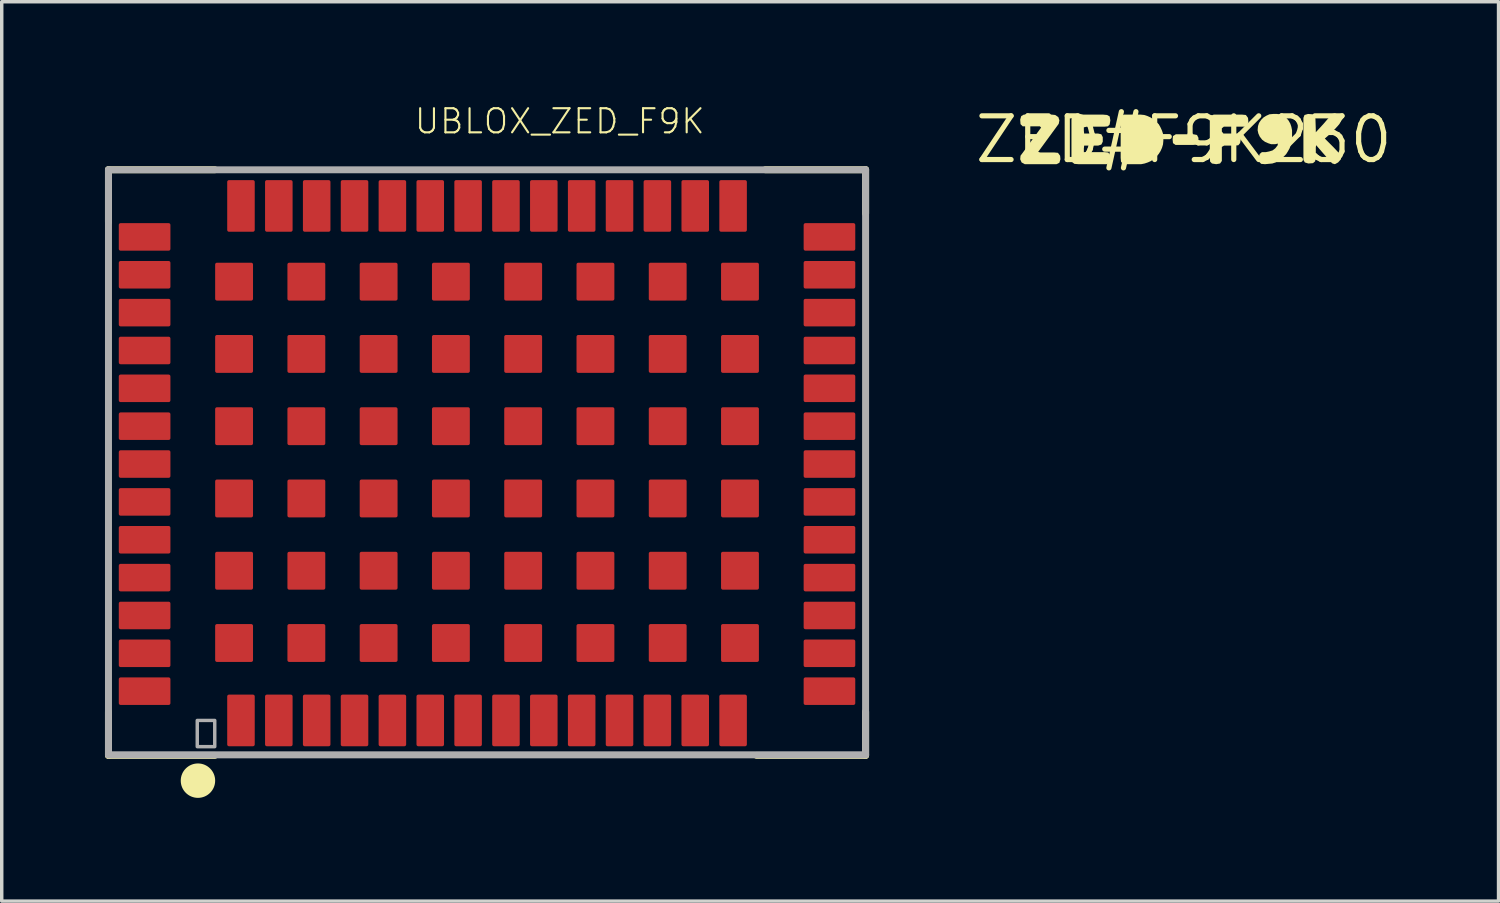
<source format=kicad_pcb>
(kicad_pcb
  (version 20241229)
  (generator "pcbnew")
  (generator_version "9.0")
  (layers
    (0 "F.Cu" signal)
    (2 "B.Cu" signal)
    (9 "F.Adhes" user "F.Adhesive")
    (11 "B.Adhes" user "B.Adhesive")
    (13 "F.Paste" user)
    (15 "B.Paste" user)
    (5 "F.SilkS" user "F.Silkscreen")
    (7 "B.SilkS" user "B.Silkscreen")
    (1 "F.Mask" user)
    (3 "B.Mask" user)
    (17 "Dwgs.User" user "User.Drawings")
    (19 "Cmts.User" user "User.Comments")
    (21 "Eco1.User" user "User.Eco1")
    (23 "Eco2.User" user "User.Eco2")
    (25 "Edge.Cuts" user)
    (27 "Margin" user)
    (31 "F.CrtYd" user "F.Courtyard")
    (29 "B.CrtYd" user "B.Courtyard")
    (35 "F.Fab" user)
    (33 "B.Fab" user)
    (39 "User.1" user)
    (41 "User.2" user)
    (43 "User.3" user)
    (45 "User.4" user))
  (footprint "ZED#F9K230"
    (layer "F.Cu")
    (at 31.349 1.006)
    (property "Reference" "ZED#F9K230" (at 0 0 0) (layer "F.SilkS") (effects (font (size 1.27 1.27) (thickness 0.15))))
    (fp_poly (pts (xy 0.383 -0.134) (xy 0.425 -0.051) (xy 0.425 0.061) (xy 0.383 0.145) (xy 0.28 0.155) (xy -0.242 0.155) (xy -0.315 0.103) (xy -0.325 0) (xy -0.315 -0.103) (xy -0.231 -0.155) (xy 0.28 -0.155)) (stroke (width 0) (type default)) (fill yes) (layer "F.SilkS"))
    (fp_poly (pts (xy -3.738 -0.715) (xy -3.646 -0.653) (xy -3.615 -0.56) (xy -3.635 -0.458) (xy -4.232 0.357) (xy -4.169 0.375) (xy -3.76 0.375) (xy -3.657 0.385) (xy -3.595 0.468) (xy -3.585 0.57) (xy -3.616 0.674) (xy -3.699 0.715) (xy -4.621 0.715) (xy -4.714 0.664) (xy -4.755 0.571) (xy -4.745 0.468) (xy -4.684 0.387) (xy -4.147 -0.349) (xy -4.182 -0.385) (xy -4.682 -0.385) (xy -4.745 -0.448) (xy -4.755 -0.581) (xy -4.724 -0.683) (xy -4.651 -0.725) (xy -3.83 -0.725)) (stroke (width 0) (type default)) (fill yes) (layer "F.SilkS"))
    (fp_poly (pts (xy 1.803 -0.715) (xy 1.865 -0.632) (xy 1.875 -0.53) (xy 1.854 -0.427) (xy 1.771 -0.375) (xy 1.162 -0.375) (xy 1.105 -0.328) (xy 1.105 -0.232) (xy 1.152 -0.175) (xy 1.562 -0.175) (xy 1.635 -0.123) (xy 1.655 -0.01) (xy 1.635 0.102) (xy 1.583 0.165) (xy 1.47 0.175) (xy 1.171 0.175) (xy 1.105 0.213) (xy 1.105 0.622) (xy 1.053 0.695) (xy 0.94 0.715) (xy 0.818 0.695) (xy 0.765 0.642) (xy 0.755 0.53) (xy 0.755 -0.601) (xy 0.786 -0.694) (xy 0.869 -0.725) (xy 1.7 -0.725)) (stroke (width 0) (type default)) (fill yes) (layer "F.SilkS"))
    (fp_poly (pts (xy -1.149 -0.715) (xy -1.058 -0.685) (xy -0.968 -0.644) (xy -0.877 -0.584) (xy -0.797 -0.514) (xy -0.726 -0.443) (xy -0.676 -0.352) (xy -0.635 -0.262) (xy -0.605 -0.171) (xy -0.595 -0.06) (xy -0.595 0.04) (xy -0.605 0.141) (xy -0.635 0.242) (xy -0.676 0.332) (xy -0.726 0.413) (xy -0.796 0.494) (xy -0.877 0.564) (xy -0.957 0.624) (xy -1.044 0.663) (xy -1.043 0.663) (xy -1.048 0.665) (xy -1.053 0.667) (xy -1.053 0.666) (xy -1.139 0.695) (xy -1.24 0.715) (xy -1.65 0.715) (xy -1.773 0.705) (xy -1.825 0.642) (xy -1.835 0.53) (xy -1.835 -0.591) (xy -1.814 -0.683) (xy -1.741 -0.725) (xy -1.25 -0.725)) (stroke (width 0) (type default)) (fill yes) (layer "F.SilkS"))
    (fp_poly (pts (xy -2.228 -0.715) (xy -2.155 -0.673) (xy -2.135 -0.56) (xy -2.155 -0.438) (xy -2.208 -0.385) (xy -2.31 -0.375) (xy -2.819 -0.375) (xy -2.905 -0.356) (xy -2.905 -0.26) (xy -2.896 -0.175) (xy -2.489 -0.175) (xy -2.397 -0.154) (xy -2.355 -0.071) (xy -2.355 0.061) (xy -2.396 0.144) (xy -2.489 0.175) (xy -2.896 0.175) (xy -2.905 0.26) (xy -2.905 0.365) (xy -2.3 0.365) (xy -2.197 0.375) (xy -2.145 0.448) (xy -2.135 0.571) (xy -2.166 0.673) (xy -2.239 0.715) (xy -3.06 0.715) (xy -3.182 0.705) (xy -3.245 0.653) (xy -3.265 0.55) (xy -3.265 -0.581) (xy -3.234 -0.673) (xy -3.162 -0.715) (xy -3.05 -0.725) (xy -2.34 -0.725)) (stroke (width 0) (type default)) (fill yes) (layer "F.SilkS"))
    (fp_poly (pts (xy 4.483 -0.724) (xy 4.565 -0.632) (xy 4.575 -0.549) (xy 4.524 -0.457) (xy 4.474 -0.397) (xy 4.344 -0.256) (xy 4.173 -0.096) (xy 4.097 -0.03) (xy 4.344 0.217) (xy 4.514 0.397) (xy 4.575 0.499) (xy 4.565 0.572) (xy 4.483 0.664) (xy 4.391 0.715) (xy 4.317 0.694) (xy 4.236 0.613) (xy 3.844 0.162) (xy 3.835 0.23) (xy 3.835 0.53) (xy 3.815 0.633) (xy 3.752 0.685) (xy 3.619 0.695) (xy 3.517 0.664) (xy 3.475 0.591) (xy 3.475 -0.631) (xy 3.506 -0.714) (xy 3.609 -0.745) (xy 3.742 -0.735) (xy 3.815 -0.683) (xy 3.825 -0.59) (xy 3.835 -0.28) (xy 3.835 -0.213) (xy 4.056 -0.453) (xy 4.236 -0.663) (xy 4.307 -0.744) (xy 4.39 -0.765)) (stroke (width 0) (type default)) (fill yes) (layer "F.SilkS"))
    (fp_poly (pts (xy 2.812 -0.725) (xy 2.903 -0.684) (xy 2.983 -0.624) (xy 3.044 -0.553) (xy 3.095 -0.462) (xy 3.125 -0.371) (xy 3.145 -0.27) (xy 3.145 -0.05) (xy 3.125 0.061) (xy 3.105 0.161) (xy 3.075 0.252) (xy 3.024 0.343) (xy 2.974 0.423) (xy 2.904 0.494) (xy 2.833 0.564) (xy 2.753 0.614) (xy 2.662 0.665) (xy 2.571 0.695) (xy 2.46 0.705) (xy 2.46 0.705) (xy 2.36 0.715) (xy 2.248 0.705) (xy 2.185 0.642) (xy 2.175 0.519) (xy 2.206 0.417) (xy 2.268 0.365) (xy 2.38 0.365) (xy 2.479 0.345) (xy 2.578 0.315) (xy 2.656 0.256) (xy 2.725 0.168) (xy 2.734 0.116) (xy 2.651 0.135) (xy 2.539 0.135) (xy 2.448 0.105) (xy 2.357 0.064) (xy 2.276 0.004) (xy 2.206 -0.087) (xy 2.165 -0.178) (xy 2.145 -0.269) (xy 2.145 -0.28) (xy 2.155 -0.391) (xy 2.185 -0.482) (xy 2.246 -0.573) (xy 2.317 -0.644) (xy 2.398 -0.694) (xy 2.489 -0.735) (xy 2.6 -0.745) (xy 2.71 -0.745)) (stroke (width 0) (type default)) (fill yes) (layer "F.SilkS")))
  (footprint "UBLOX_ZED_F9K"
    (layer "F.Cu")
    (at 11.064 10.264)
    (property "Reference" "UBLOX_ZED_F9K" (at -2.112 -9.38 0) (unlocked yes) (layer "F.SilkS") (effects (font (size 0.701 0.701) (thickness 0.061)) (justify left bottom)))
    (fp_line (start -10.962 -8.382) (end -7.874 -8.382) (stroke (width 0.203) (type solid)) (layer "F.SilkS"))
    (fp_line (start -10.962 -6.858) (end -10.962 -8.382) (stroke (width 0.203) (type solid)) (layer "F.SilkS"))
    (fp_line (start -10.962 8.636) (end -10.962 7.366) (stroke (width 0.203) (type solid)) (layer "F.SilkS"))
    (fp_line (start -10.962 8.636) (end -7.874 8.636) (stroke (width 0.203) (type solid)) (layer "F.SilkS"))
    (fp_line (start 7.874 8.636) (end 11.038 8.636) (stroke (width 0.203) (type solid)) (layer "F.SilkS"))
    (fp_line (start 8.128 -8.382) (end 11.038 -8.382) (stroke (width 0.203) (type solid)) (layer "F.SilkS"))
    (fp_line (start 11.038 -8.382) (end 11.038 -7.112) (stroke (width 0.203) (type solid)) (layer "F.SilkS"))
    (fp_line (start 11.038 8.636) (end 11.038 7.366) (stroke (width 0.203) (type solid)) (layer "F.SilkS"))
    (fp_circle (center -8.362 9.37) (end -8.112 9.37) (stroke (width 0.5) (type solid)) (fill yes) (layer "F.SilkS"))
    (fp_line (start -10.962 -8.38) (end -10.962 8.62) (stroke (width 0.203) (type solid)) (layer "F.Fab"))
    (fp_line (start -10.962 8.62) (end 11.038 8.62) (stroke (width 0.203) (type solid)) (layer "F.Fab"))
    (fp_line (start 11.038 -8.38) (end -10.962 -8.38) (stroke (width 0.203) (type solid)) (layer "F.Fab"))
    (fp_line (start 11.038 8.62) (end 11.038 -8.38) (stroke (width 0.203) (type solid)) (layer "F.Fab"))
    (fp_poly (pts (xy -8.382 8.382) (xy -7.874 8.382) (xy -7.874 7.62) (xy -8.382 7.62)) (stroke (width 0.1) (type default)) (fill no) (layer "F.Fab"))
    (pad "G1" smd roundrect (at -7.312 5.37) (size 1.1 1.1) (layers "F.Cu" "F.Mask" "F.Paste") (roundrect_rratio 0.046))
    (pad "G2" smd roundrect (at -5.212 5.37) (size 1.1 1.1) (layers "F.Cu" "F.Mask" "F.Paste") (roundrect_rratio 0.046))
    (pad "G3" smd roundrect (at -3.112 5.37) (size 1.1 1.1) (layers "F.Cu" "F.Mask" "F.Paste") (roundrect_rratio 0.046))
    (pad "G4" smd roundrect (at -1.012 5.37) (size 1.1 1.1) (layers "F.Cu" "F.Mask" "F.Paste") (roundrect_rratio 0.046))
    (pad "G5" smd roundrect (at 1.088 5.37) (size 1.1 1.1) (layers "F.Cu" "F.Mask" "F.Paste") (roundrect_rratio 0.046))
    (pad "G6" smd roundrect (at 3.188 5.37) (size 1.1 1.1) (layers "F.Cu" "F.Mask" "F.Paste") (roundrect_rratio 0.046))
    (pad "G7" smd roundrect (at 5.288 5.37) (size 1.1 1.1) (layers "F.Cu" "F.Mask" "F.Paste") (roundrect_rratio 0.046))
    (pad "G8" smd roundrect (at 7.388 5.37) (size 1.1 1.1) (layers "F.Cu" "F.Mask" "F.Paste") (roundrect_rratio 0.046))
    (pad "G9" smd roundrect (at 7.388 3.27) (size 1.1 1.1) (layers "F.Cu" "F.Mask" "F.Paste") (roundrect_rratio 0.046))
    (pad "G10" smd roundrect (at 5.288 3.27) (size 1.1 1.1) (layers "F.Cu" "F.Mask" "F.Paste") (roundrect_rratio 0.046))
    (pad "G11" smd roundrect (at 3.188 3.27) (size 1.1 1.1) (layers "F.Cu" "F.Mask" "F.Paste") (roundrect_rratio 0.046))
    (pad "G12" smd roundrect (at 1.088 3.27) (size 1.1 1.1) (layers "F.Cu" "F.Mask" "F.Paste") (roundrect_rratio 0.046))
    (pad "G13" smd roundrect (at -1.012 3.27) (size 1.1 1.1) (layers "F.Cu" "F.Mask" "F.Paste") (roundrect_rratio 0.046))
    (pad "G14" smd roundrect (at -3.112 3.27) (size 1.1 1.1) (layers "F.Cu" "F.Mask" "F.Paste") (roundrect_rratio 0.046))
    (pad "G15" smd roundrect (at -5.212 3.27) (size 1.1 1.1) (layers "F.Cu" "F.Mask" "F.Paste") (roundrect_rratio 0.046))
    (pad "G16" smd roundrect (at -7.312 3.27) (size 1.1 1.1) (layers "F.Cu" "F.Mask" "F.Paste") (roundrect_rratio 0.046))
    (pad "G17" smd roundrect (at -7.312 1.17) (size 1.1 1.1) (layers "F.Cu" "F.Mask" "F.Paste") (roundrect_rratio 0.046))
    (pad "G18" smd roundrect (at -5.212 1.17) (size 1.1 1.1) (layers "F.Cu" "F.Mask" "F.Paste") (roundrect_rratio 0.046))
    (pad "G19" smd roundrect (at -3.112 1.17) (size 1.1 1.1) (layers "F.Cu" "F.Mask" "F.Paste") (roundrect_rratio 0.046))
    (pad "G20" smd roundrect (at -1.012 1.17) (size 1.1 1.1) (layers "F.Cu" "F.Mask" "F.Paste") (roundrect_rratio 0.046))
    (pad "G21" smd roundrect (at 1.088 1.17) (size 1.1 1.1) (layers "F.Cu" "F.Mask" "F.Paste") (roundrect_rratio 0.046))
    (pad "G22" smd roundrect (at 3.188 1.17) (size 1.1 1.1) (layers "F.Cu" "F.Mask" "F.Paste") (roundrect_rratio 0.046))
    (pad "G23" smd roundrect (at 5.288 1.17) (size 1.1 1.1) (layers "F.Cu" "F.Mask" "F.Paste") (roundrect_rratio 0.046))
    (pad "G24" smd roundrect (at 7.388 1.17) (size 1.1 1.1) (layers "F.Cu" "F.Mask" "F.Paste") (roundrect_rratio 0.046))
    (pad "G25" smd roundrect (at 7.388 -0.93) (size 1.1 1.1) (layers "F.Cu" "F.Mask" "F.Paste") (roundrect_rratio 0.046))
    (pad "G26" smd roundrect (at 5.288 -0.93) (size 1.1 1.1) (layers "F.Cu" "F.Mask" "F.Paste") (roundrect_rratio 0.046))
    (pad "G27" smd roundrect (at 3.188 -0.93) (size 1.1 1.1) (layers "F.Cu" "F.Mask" "F.Paste") (roundrect_rratio 0.046))
    (pad "G28" smd roundrect (at 1.088 -0.93) (size 1.1 1.1) (layers "F.Cu" "F.Mask" "F.Paste") (roundrect_rratio 0.046))
    (pad "G29" smd roundrect (at -1.012 -0.93) (size 1.1 1.1) (layers "F.Cu" "F.Mask" "F.Paste") (roundrect_rratio 0.046))
    (pad "G30" smd roundrect (at -3.112 -0.93) (size 1.1 1.1) (layers "F.Cu" "F.Mask" "F.Paste") (roundrect_rratio 0.046))
    (pad "G31" smd roundrect (at -5.212 -0.93) (size 1.1 1.1) (layers "F.Cu" "F.Mask" "F.Paste") (roundrect_rratio 0.046))
    (pad "G32" smd roundrect (at -7.312 -0.93) (size 1.1 1.1) (layers "F.Cu" "F.Mask" "F.Paste") (roundrect_rratio 0.046))
    (pad "G33" smd roundrect (at -7.312 -3.03) (size 1.1 1.1) (layers "F.Cu" "F.Mask" "F.Paste") (roundrect_rratio 0.046))
    (pad "G34" smd roundrect (at -5.212 -3.03) (size 1.1 1.1) (layers "F.Cu" "F.Mask" "F.Paste") (roundrect_rratio 0.046))
    (pad "G35" smd roundrect (at -3.112 -3.03) (size 1.1 1.1) (layers "F.Cu" "F.Mask" "F.Paste") (roundrect_rratio 0.046))
    (pad "G36" smd roundrect (at -1.012 -3.03) (size 1.1 1.1) (layers "F.Cu" "F.Mask" "F.Paste") (roundrect_rratio 0.046))
    (pad "G37" smd roundrect (at 1.088 -3.03) (size 1.1 1.1) (layers "F.Cu" "F.Mask" "F.Paste") (roundrect_rratio 0.046))
    (pad "G38" smd roundrect (at 3.188 -3.03) (size 1.1 1.1) (layers "F.Cu" "F.Mask" "F.Paste") (roundrect_rratio 0.046))
    (pad "G39" smd roundrect (at 5.288 -3.03) (size 1.1 1.1) (layers "F.Cu" "F.Mask" "F.Paste") (roundrect_rratio 0.046))
    (pad "G40" smd roundrect (at 7.388 -3.03) (size 1.1 1.1) (layers "F.Cu" "F.Mask" "F.Paste") (roundrect_rratio 0.046))
    (pad "G41" smd roundrect (at 7.388 -5.13) (size 1.1 1.1) (layers "F.Cu" "F.Mask" "F.Paste") (roundrect_rratio 0.046))
    (pad "G42" smd roundrect (at 5.288 -5.13) (size 1.1 1.1) (layers "F.Cu" "F.Mask" "F.Paste") (roundrect_rratio 0.046))
    (pad "G43" smd roundrect (at 3.188 -5.13) (size 1.1 1.1) (layers "F.Cu" "F.Mask" "F.Paste") (roundrect_rratio 0.046))
    (pad "G44" smd roundrect (at 1.088 -5.13) (size 1.1 1.1) (layers "F.Cu" "F.Mask" "F.Paste") (roundrect_rratio 0.046))
    (pad "G45" smd roundrect (at -1.012 -5.13) (size 1.1 1.1) (layers "F.Cu" "F.Mask" "F.Paste") (roundrect_rratio 0.046))
    (pad "G46" smd roundrect (at -3.112 -5.13) (size 1.1 1.1) (layers "F.Cu" "F.Mask" "F.Paste") (roundrect_rratio 0.046))
    (pad "G47" smd roundrect (at -5.212 -5.13) (size 1.1 1.1) (layers "F.Cu" "F.Mask" "F.Paste") (roundrect_rratio 0.046))
    (pad "G48" smd roundrect (at -7.312 -5.13) (size 1.1 1.1) (layers "F.Cu" "F.Mask" "F.Paste") (roundrect_rratio 0.046))
    (pad "P1" smd roundrect (at -7.112 7.62) (size 0.8 1.5) (layers "F.Cu" "F.Mask" "F.Paste") (roundrect_rratio 0.064))
    (pad "P2" smd roundrect (at -6.012 7.62) (size 0.8 1.5) (layers "F.Cu" "F.Mask" "F.Paste") (roundrect_rratio 0.064))
    (pad "P3" smd roundrect (at -4.912 7.62) (size 0.8 1.5) (layers "F.Cu" "F.Mask" "F.Paste") (roundrect_rratio 0.064))
    (pad "P4" smd roundrect (at -3.812 7.62) (size 0.8 1.5) (layers "F.Cu" "F.Mask" "F.Paste") (roundrect_rratio 0.064))
    (pad "P5" smd roundrect (at -2.712 7.62) (size 0.8 1.5) (layers "F.Cu" "F.Mask" "F.Paste") (roundrect_rratio 0.064))
    (pad "P6" smd roundrect (at -1.612 7.62) (size 0.8 1.5) (layers "F.Cu" "F.Mask" "F.Paste") (roundrect_rratio 0.064))
    (pad "P7" smd roundrect (at -0.512 7.62) (size 0.8 1.5) (layers "F.Cu" "F.Mask" "F.Paste") (roundrect_rratio 0.064))
    (pad "P8" smd roundrect (at 0.588 7.62) (size 0.8 1.5) (layers "F.Cu" "F.Mask" "F.Paste") (roundrect_rratio 0.064))
    (pad "P9" smd roundrect (at 1.688 7.62) (size 0.8 1.5) (layers "F.Cu" "F.Mask" "F.Paste") (roundrect_rratio 0.064))
    (pad "P10" smd roundrect (at 2.788 7.62) (size 0.8 1.5) (layers "F.Cu" "F.Mask" "F.Paste") (roundrect_rratio 0.064))
    (pad "P11" smd roundrect (at 3.888 7.62) (size 0.8 1.5) (layers "F.Cu" "F.Mask" "F.Paste") (roundrect_rratio 0.064))
    (pad "P12" smd roundrect (at 4.988 7.62) (size 0.8 1.5) (layers "F.Cu" "F.Mask" "F.Paste") (roundrect_rratio 0.064))
    (pad "P13" smd roundrect (at 6.088 7.62) (size 0.8 1.5) (layers "F.Cu" "F.Mask" "F.Paste") (roundrect_rratio 0.064))
    (pad "P14" smd roundrect (at 7.188 7.62) (size 0.8 1.5) (layers "F.Cu" "F.Mask" "F.Paste") (roundrect_rratio 0.064))
    (pad "P15" smd roundrect (at 9.988 6.77 90) (size 0.8 1.5) (layers "F.Cu" "F.Mask" "F.Paste") (roundrect_rratio 0.064))
    (pad "P16" smd roundrect (at 9.988 5.67 90) (size 0.8 1.5) (layers "F.Cu" "F.Mask" "F.Paste") (roundrect_rratio 0.064))
    (pad "P17" smd roundrect (at 9.988 4.57 90) (size 0.8 1.5) (layers "F.Cu" "F.Mask" "F.Paste") (roundrect_rratio 0.064))
    (pad "P18" smd roundrect (at 9.988 3.47 90) (size 0.8 1.5) (layers "F.Cu" "F.Mask" "F.Paste") (roundrect_rratio 0.064))
    (pad "P19" smd roundrect (at 9.988 2.37 90) (size 0.8 1.5) (layers "F.Cu" "F.Mask" "F.Paste") (roundrect_rratio 0.064))
    (pad "P20" smd roundrect (at 9.988 1.27 90) (size 0.8 1.5) (layers "F.Cu" "F.Mask" "F.Paste") (roundrect_rratio 0.064))
    (pad "P21" smd roundrect (at 9.988 0.17 90) (size 0.8 1.5) (layers "F.Cu" "F.Mask" "F.Paste") (roundrect_rratio 0.064))
    (pad "P22" smd roundrect (at 9.988 -0.93 90) (size 0.8 1.5) (layers "F.Cu" "F.Mask" "F.Paste") (roundrect_rratio 0.064))
    (pad "P23" smd roundrect (at 9.988 -2.03 90) (size 0.8 1.5) (layers "F.Cu" "F.Mask" "F.Paste") (roundrect_rratio 0.064))
    (pad "P24" smd roundrect (at 9.988 -3.13 90) (size 0.8 1.5) (layers "F.Cu" "F.Mask" "F.Paste") (roundrect_rratio 0.064))
    (pad "P25" smd roundrect (at 9.988 -4.23 90) (size 0.8 1.5) (layers "F.Cu" "F.Mask" "F.Paste") (roundrect_rratio 0.064))
    (pad "P26" smd roundrect (at 9.988 -5.33 90) (size 0.8 1.5) (layers "F.Cu" "F.Mask" "F.Paste") (roundrect_rratio 0.064))
    (pad "P27" smd roundrect (at 9.988 -6.43 90) (size 0.8 1.5) (layers "F.Cu" "F.Mask" "F.Paste") (roundrect_rratio 0.064))
    (pad "P28" smd roundrect (at 7.188 -7.33) (size 0.8 1.5) (layers "F.Cu" "F.Mask" "F.Paste") (roundrect_rratio 0.064))
    (pad "P29" smd roundrect (at 6.088 -7.33) (size 0.8 1.5) (layers "F.Cu" "F.Mask" "F.Paste") (roundrect_rratio 0.064))
    (pad "P30" smd roundrect (at 4.988 -7.33) (size 0.8 1.5) (layers "F.Cu" "F.Mask" "F.Paste") (roundrect_rratio 0.064))
    (pad "P31" smd roundrect (at 3.888 -7.33) (size 0.8 1.5) (layers "F.Cu" "F.Mask" "F.Paste") (roundrect_rratio 0.064))
    (pad "P32" smd roundrect (at 2.788 -7.33) (size 0.8 1.5) (layers "F.Cu" "F.Mask" "F.Paste") (roundrect_rratio 0.064))
    (pad "P33" smd roundrect (at 1.688 -7.33) (size 0.8 1.5) (layers "F.Cu" "F.Mask" "F.Paste") (roundrect_rratio 0.064))
    (pad "P34" smd roundrect (at 0.588 -7.33) (size 0.8 1.5) (layers "F.Cu" "F.Mask" "F.Paste") (roundrect_rratio 0.064))
    (pad "P35" smd roundrect (at -0.512 -7.33) (size 0.8 1.5) (layers "F.Cu" "F.Mask" "F.Paste") (roundrect_rratio 0.064))
    (pad "P36" smd roundrect (at -1.612 -7.33) (size 0.8 1.5) (layers "F.Cu" "F.Mask" "F.Paste") (roundrect_rratio 0.064))
    (pad "P37" smd roundrect (at -2.712 -7.33) (size 0.8 1.5) (layers "F.Cu" "F.Mask" "F.Paste") (roundrect_rratio 0.064))
    (pad "P38" smd roundrect (at -3.812 -7.33) (size 0.8 1.5) (layers "F.Cu" "F.Mask" "F.Paste") (roundrect_rratio 0.064))
    (pad "P39" smd roundrect (at -4.912 -7.33) (size 0.8 1.5) (layers "F.Cu" "F.Mask" "F.Paste") (roundrect_rratio 0.064))
    (pad "P40" smd roundrect (at -6.012 -7.33) (size 0.8 1.5) (layers "F.Cu" "F.Mask" "F.Paste") (roundrect_rratio 0.064))
    (pad "P41" smd roundrect (at -7.112 -7.33) (size 0.8 1.5) (layers "F.Cu" "F.Mask" "F.Paste") (roundrect_rratio 0.064))
    (pad "P42" smd roundrect (at -9.912 -6.43 270) (size 0.8 1.5) (layers "F.Cu" "F.Mask" "F.Paste") (roundrect_rratio 0.064))
    (pad "P43" smd roundrect (at -9.912 -5.33 270) (size 0.8 1.5) (layers "F.Cu" "F.Mask" "F.Paste") (roundrect_rratio 0.064))
    (pad "P44" smd roundrect (at -9.912 -4.23 270) (size 0.8 1.5) (layers "F.Cu" "F.Mask" "F.Paste") (roundrect_rratio 0.064))
    (pad "P45" smd roundrect (at -9.912 -3.13 270) (size 0.8 1.5) (layers "F.Cu" "F.Mask" "F.Paste") (roundrect_rratio 0.064))
    (pad "P46" smd roundrect (at -9.912 -2.03 270) (size 0.8 1.5) (layers "F.Cu" "F.Mask" "F.Paste") (roundrect_rratio 0.064))
    (pad "P47" smd roundrect (at -9.912 -0.93 270) (size 0.8 1.5) (layers "F.Cu" "F.Mask" "F.Paste") (roundrect_rratio 0.064))
    (pad "P48" smd roundrect (at -9.912 0.17 270) (size 0.8 1.5) (layers "F.Cu" "F.Mask" "F.Paste") (roundrect_rratio 0.064))
    (pad "P49" smd roundrect (at -9.912 1.27 270) (size 0.8 1.5) (layers "F.Cu" "F.Mask" "F.Paste") (roundrect_rratio 0.064))
    (pad "P50" smd roundrect (at -9.912 2.37 270) (size 0.8 1.5) (layers "F.Cu" "F.Mask" "F.Paste") (roundrect_rratio 0.064))
    (pad "P51" smd roundrect (at -9.912 3.47 270) (size 0.8 1.5) (layers "F.Cu" "F.Mask" "F.Paste") (roundrect_rratio 0.064))
    (pad "P52" smd roundrect (at -9.912 4.57 270) (size 0.8 1.5) (layers "F.Cu" "F.Mask" "F.Paste") (roundrect_rratio 0.064))
    (pad "P53" smd roundrect (at -9.912 5.67 270) (size 0.8 1.5) (layers "F.Cu" "F.Mask" "F.Paste") (roundrect_rratio 0.064))
    (pad "P54" smd roundrect (at -9.912 6.77 270) (size 0.8 1.5) (layers "F.Cu" "F.Mask" "F.Paste") (roundrect_rratio 0.064)))
  (gr_rect
    (start -3 -3)
    (end 40.494 23.134)
    (stroke (width 0.1) (type default))
    (fill no)
    (layer "Edge.Cuts")))
</source>
